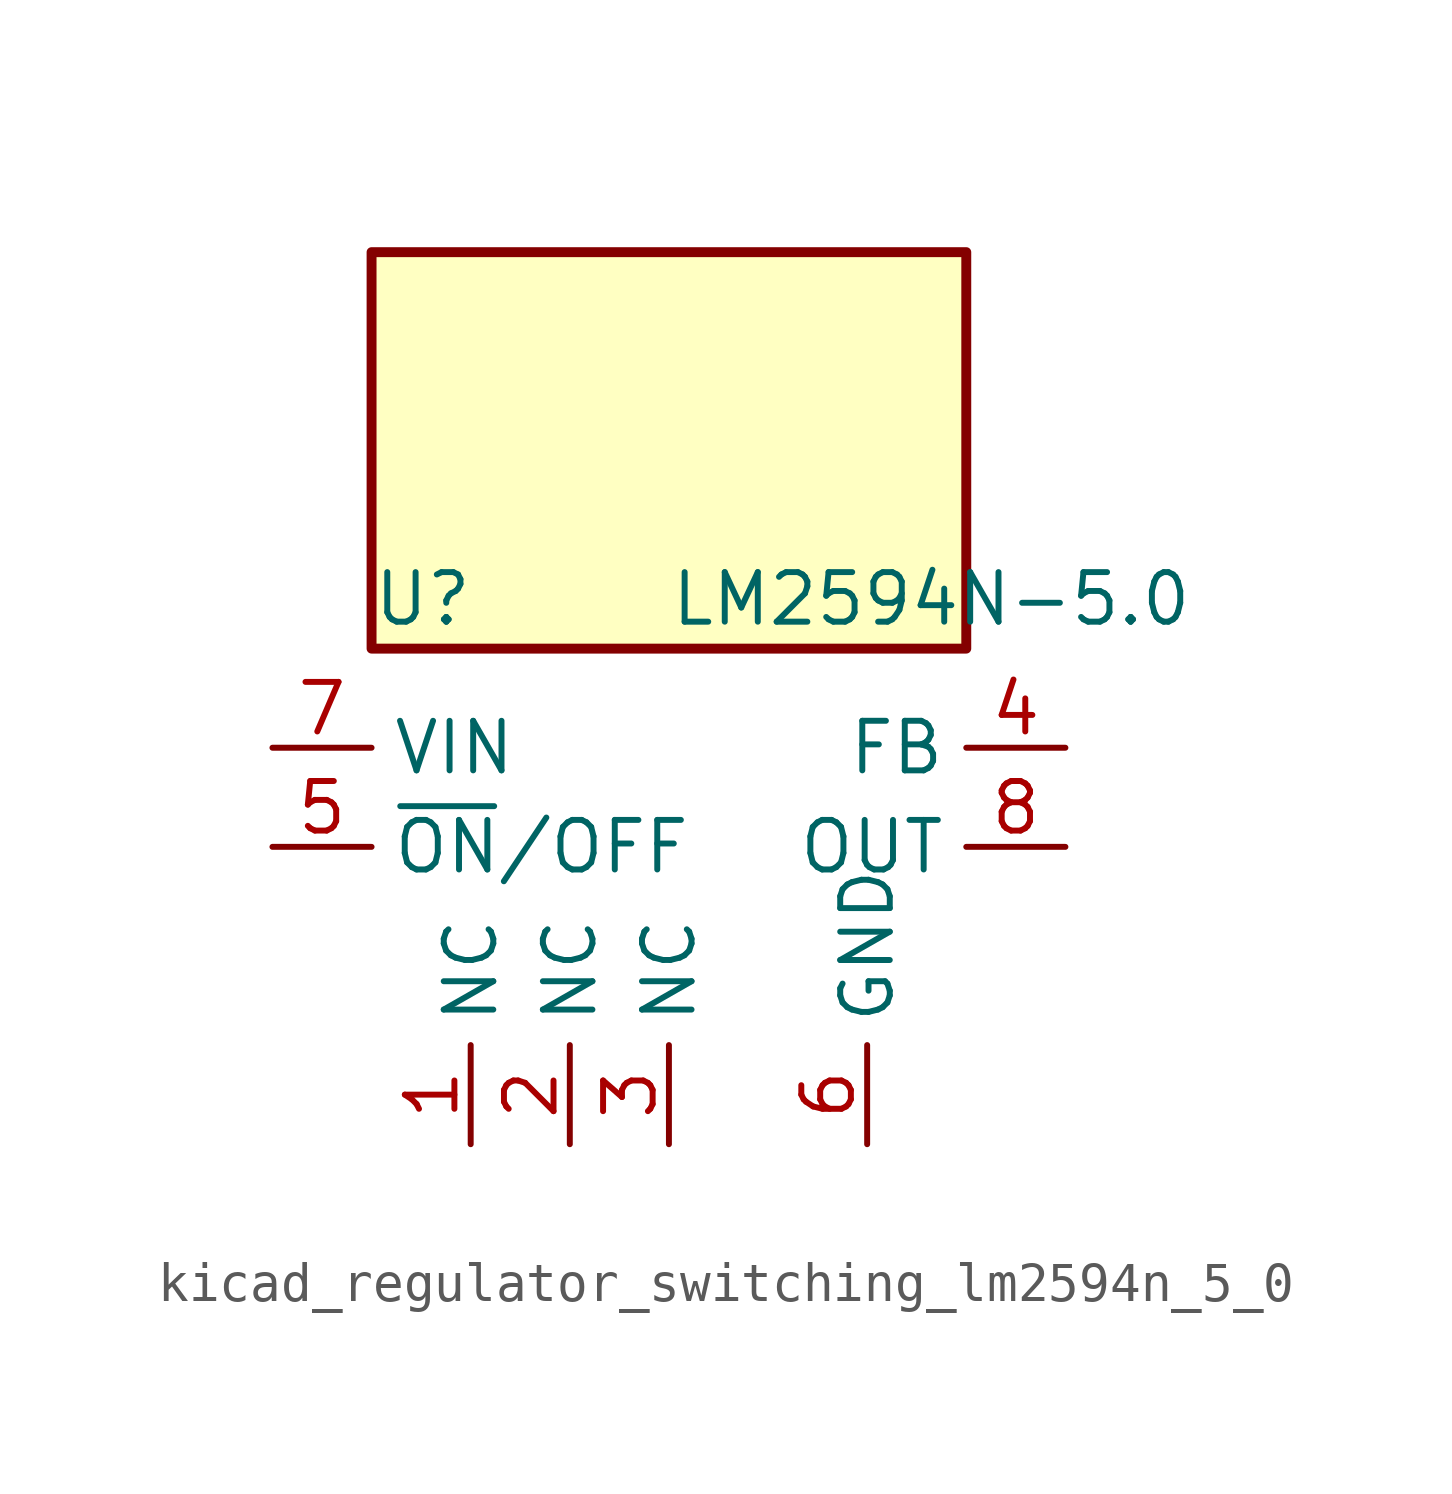
<source format=kicad_sym>
(kicad_symbol_lib
  (version 20220914)
  (generator kicad_symbol_editor)
  (symbol "kicad_regulator_switching_lm2594n_5_0"
    (property "Reference" "U"
      (at -7.62 6.35 0)
      (effects (font (size 1.27 1.27)) (justify left)))
    (property "Value" "LM2594N-5.0"
      (at 0 6.35 0)
      (effects (font (size 1.27 1.27)) (justify left)))
    (symbol "kicad_regulator_switching_lm2594n_5_0_0_1"
      (rectangle (start 7.62 15.24) (end -7.62 5.08) (stroke (width 0.254) (type default)) (fill (type background))))
    (symbol "kicad_regulator_switching_lm2594n_5_0_1_1"
      (pin passive line (at -5.08 -7.62 90) (length 2.54) (name "NC" (effects (font (size 1.27 1.27)))) (number "1" (effects (font (size 1.27 1.27)))))
      (pin passive line (at -2.54 -7.62 90) (length 2.54) (name "NC" (effects (font (size 1.27 1.27)))) (number "2" (effects (font (size 1.27 1.27)))))
      (pin passive line (at 0 -7.62 90) (length 2.54) (name "NC" (effects (font (size 1.27 1.27)))) (number "3" (effects (font (size 1.27 1.27)))))
      (pin input line (at 10.16 2.54 180) (length 2.54) (name "FB" (effects (font (size 1.27 1.27)))) (number "4" (effects (font (size 1.27 1.27)))))
      (pin input line (at -10.16 0 0) (length 2.54) (name "~{ON}/OFF" (effects (font (size 1.27 1.27)))) (number "5" (effects (font (size 1.27 1.27)))))
      (pin power_in line (at 5.08 -7.62 90) (length 2.54) (name "GND" (effects (font (size 1.27 1.27)))) (number "6" (effects (font (size 1.27 1.27)))))
      (pin power_in line (at -10.16 2.54 0) (length 2.54) (name "VIN" (effects (font (size 1.27 1.27)))) (number "7" (effects (font (size 1.27 1.27)))))
      (pin output line (at 10.16 0 180) (length 2.54) (name "OUT" (effects (font (size 1.27 1.27)))) (number "8" (effects (font (size 1.27 1.27))))))))
</source>
